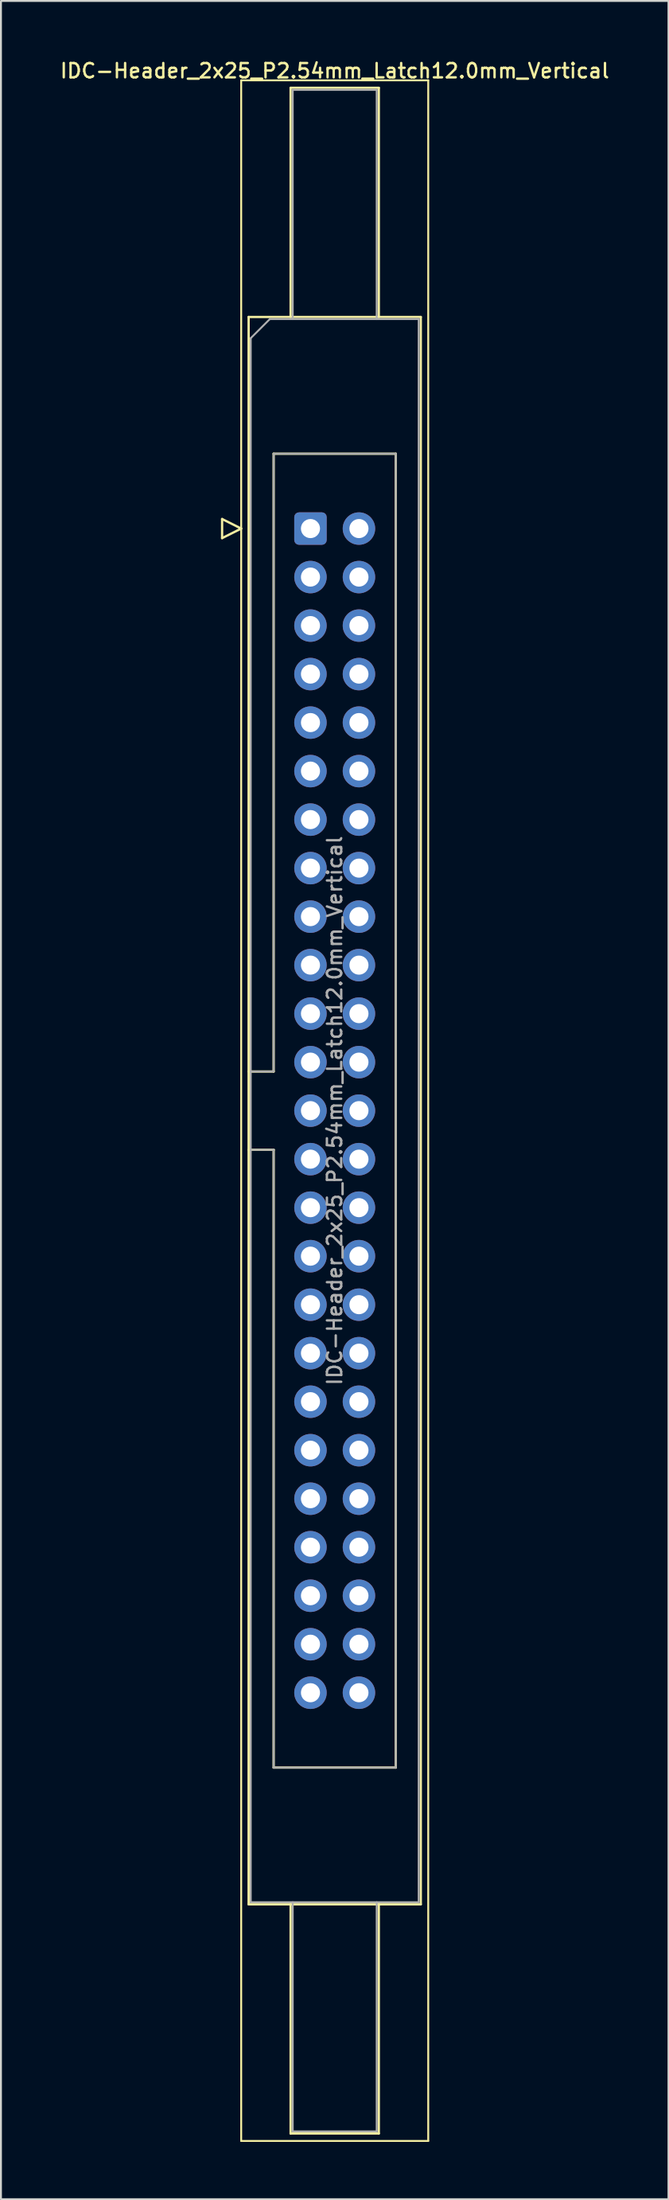
<source format=kicad_pcb>
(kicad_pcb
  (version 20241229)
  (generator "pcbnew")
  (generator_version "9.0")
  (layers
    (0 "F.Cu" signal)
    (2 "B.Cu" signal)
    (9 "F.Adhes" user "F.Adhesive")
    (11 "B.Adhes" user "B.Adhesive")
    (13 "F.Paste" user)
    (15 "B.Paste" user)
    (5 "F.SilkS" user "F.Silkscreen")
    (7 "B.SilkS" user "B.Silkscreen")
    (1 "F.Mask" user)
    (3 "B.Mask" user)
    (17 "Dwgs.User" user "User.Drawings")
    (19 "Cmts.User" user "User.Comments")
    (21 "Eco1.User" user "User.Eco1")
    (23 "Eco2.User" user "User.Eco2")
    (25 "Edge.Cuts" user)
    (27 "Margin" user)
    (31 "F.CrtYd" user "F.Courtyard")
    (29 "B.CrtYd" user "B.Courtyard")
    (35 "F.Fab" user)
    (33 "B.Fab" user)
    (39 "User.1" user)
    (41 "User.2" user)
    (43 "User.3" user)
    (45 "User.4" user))
  (footprint "IDC-Header_2x25_P2.54mm_Latch12.0mm_Vertical"
    (layer "F.Cu")
    (at 13.217 24.628)
    (property "Reference" "IDC-Header_2x25_P2.54mm_Latch12.0mm_Vertical" (at 1.27 -23.97 0) (layer "F.SilkS") (effects (font (size 0.75 0.75) (thickness 0.125))))
    (attr through_hole)
    (fp_line (start -4.63 -0.5) (end -4.63 0.5) (stroke (width 0.12) (type solid)) (layer "F.SilkS"))
    (fp_line (start -4.63 0.5) (end -3.63 0) (stroke (width 0.12) (type solid)) (layer "F.SilkS"))
    (fp_line (start -3.63 -23.47) (end -3.63 84.43) (stroke (width 0.1) (type solid)) (layer "F.SilkS"))
    (fp_line (start -3.63 0) (end -4.63 -0.5) (stroke (width 0.12) (type solid)) (layer "F.SilkS"))
    (fp_line (start -3.63 84.43) (end 6.17 84.43) (stroke (width 0.1) (type solid)) (layer "F.SilkS"))
    (fp_line (start -3.24 -11.08) (end 5.78 -11.08) (stroke (width 0.12) (type solid)) (layer "F.SilkS"))
    (fp_line (start -3.24 28.43) (end -1.93 28.43) (stroke (width 0.12) (type solid)) (layer "F.SilkS"))
    (fp_line (start -3.24 72.04) (end -3.24 -11.08) (stroke (width 0.12) (type solid)) (layer "F.SilkS"))
    (fp_line (start -1.93 -3.92) (end 4.47 -3.92) (stroke (width 0.12) (type solid)) (layer "F.SilkS"))
    (fp_line (start -1.93 28.43) (end -1.93 -3.92) (stroke (width 0.12) (type solid)) (layer "F.SilkS"))
    (fp_line (start -1.93 32.53) (end -3.24 32.53) (stroke (width 0.12) (type solid)) (layer "F.SilkS"))
    (fp_line (start -1.93 32.53) (end -1.93 32.53) (stroke (width 0.12) (type solid)) (layer "F.SilkS"))
    (fp_line (start -1.93 64.88) (end -1.93 32.53) (stroke (width 0.12) (type solid)) (layer "F.SilkS"))
    (fp_line (start -1.04 -23.08) (end 3.58 -23.08) (stroke (width 0.12) (type solid)) (layer "F.SilkS"))
    (fp_line (start -1.04 -11.08) (end -1.04 -23.08) (stroke (width 0.12) (type solid)) (layer "F.SilkS"))
    (fp_line (start -1.04 72.04) (end -1.04 84.04) (stroke (width 0.12) (type solid)) (layer "F.SilkS"))
    (fp_line (start -1.04 84.04) (end 3.58 84.04) (stroke (width 0.12) (type solid)) (layer "F.SilkS"))
    (fp_line (start 3.58 -23.08) (end 3.58 -11.08) (stroke (width 0.12) (type solid)) (layer "F.SilkS"))
    (fp_line (start 3.58 84.04) (end 3.58 72.04) (stroke (width 0.12) (type solid)) (layer "F.SilkS"))
    (fp_line (start 4.47 -3.92) (end 4.47 64.88) (stroke (width 0.12) (type solid)) (layer "F.SilkS"))
    (fp_line (start 4.47 64.88) (end -1.93 64.88) (stroke (width 0.12) (type solid)) (layer "F.SilkS"))
    (fp_line (start 5.78 -11.08) (end 5.78 72.04) (stroke (width 0.12) (type solid)) (layer "F.SilkS"))
    (fp_line (start 5.78 72.04) (end -3.24 72.04) (stroke (width 0.12) (type solid)) (layer "F.SilkS"))
    (fp_line (start 6.17 -23.47) (end -3.63 -23.47) (stroke (width 0.1) (type solid)) (layer "F.SilkS"))
    (fp_line (start 6.17 84.43) (end 6.17 -23.47) (stroke (width 0.1) (type solid)) (layer "F.SilkS"))
    (fp_line (start -3.13 -9.97) (end -2.13 -10.97) (stroke (width 0.1) (type solid)) (layer "F.Fab"))
    (fp_line (start -3.13 28.43) (end -1.93 28.43) (stroke (width 0.1) (type solid)) (layer "F.Fab"))
    (fp_line (start -3.13 71.93) (end -3.13 -9.97) (stroke (width 0.1) (type solid)) (layer "F.Fab"))
    (fp_line (start -2.13 -10.97) (end 5.67 -10.97) (stroke (width 0.1) (type solid)) (layer "F.Fab"))
    (fp_line (start -1.93 -3.92) (end 4.47 -3.92) (stroke (width 0.1) (type solid)) (layer "F.Fab"))
    (fp_line (start -1.93 28.43) (end -1.93 -3.92) (stroke (width 0.1) (type solid)) (layer "F.Fab"))
    (fp_line (start -1.93 32.53) (end -3.13 32.53) (stroke (width 0.1) (type solid)) (layer "F.Fab"))
    (fp_line (start -1.93 32.53) (end -1.93 32.53) (stroke (width 0.1) (type solid)) (layer "F.Fab"))
    (fp_line (start -1.93 64.88) (end -1.93 32.53) (stroke (width 0.1) (type solid)) (layer "F.Fab"))
    (fp_line (start -0.93 -22.97) (end 3.47 -22.97) (stroke (width 0.1) (type solid)) (layer "F.Fab"))
    (fp_line (start -0.93 -10.97) (end -0.93 -22.97) (stroke (width 0.1) (type solid)) (layer "F.Fab"))
    (fp_line (start -0.93 71.93) (end -0.93 83.93) (stroke (width 0.1) (type solid)) (layer "F.Fab"))
    (fp_line (start -0.93 83.93) (end 3.47 83.93) (stroke (width 0.1) (type solid)) (layer "F.Fab"))
    (fp_line (start 3.47 -22.97) (end 3.47 -10.97) (stroke (width 0.1) (type solid)) (layer "F.Fab"))
    (fp_line (start 3.47 83.93) (end 3.47 71.93) (stroke (width 0.1) (type solid)) (layer "F.Fab"))
    (fp_line (start 4.47 -3.92) (end 4.47 64.88) (stroke (width 0.1) (type solid)) (layer "F.Fab"))
    (fp_line (start 4.47 64.88) (end -1.93 64.88) (stroke (width 0.1) (type solid)) (layer "F.Fab"))
    (fp_line (start 5.67 -10.97) (end 5.67 71.93) (stroke (width 0.1) (type solid)) (layer "F.Fab"))
    (fp_line (start 5.67 71.93) (end -3.13 71.93) (stroke (width 0.1) (type solid)) (layer "F.Fab"))
    (fp_text user "${REFERENCE}" (at 1.27 30.48 90) (layer "F.Fab") (effects (font (size 0.75 0.75) (thickness 0.125))))
    (pad "1" thru_hole roundrect (at 0 0) (size 1.7 1.7) (drill 1) (layers "*.Cu" "*.Mask") (roundrect_rratio 0.147))
    (pad "2" thru_hole circle (at 2.54 0) (size 1.7 1.7) (drill 1) (layers "*.Cu" "*.Mask"))
    (pad "3" thru_hole circle (at 0 2.54) (size 1.7 1.7) (drill 1) (layers "*.Cu" "*.Mask"))
    (pad "4" thru_hole circle (at 2.54 2.54) (size 1.7 1.7) (drill 1) (layers "*.Cu" "*.Mask"))
    (pad "5" thru_hole circle (at 0 5.08) (size 1.7 1.7) (drill 1) (layers "*.Cu" "*.Mask"))
    (pad "6" thru_hole circle (at 2.54 5.08) (size 1.7 1.7) (drill 1) (layers "*.Cu" "*.Mask"))
    (pad "7" thru_hole circle (at 0 7.62) (size 1.7 1.7) (drill 1) (layers "*.Cu" "*.Mask"))
    (pad "8" thru_hole circle (at 2.54 7.62) (size 1.7 1.7) (drill 1) (layers "*.Cu" "*.Mask"))
    (pad "9" thru_hole circle (at 0 10.16) (size 1.7 1.7) (drill 1) (layers "*.Cu" "*.Mask"))
    (pad "10" thru_hole circle (at 2.54 10.16) (size 1.7 1.7) (drill 1) (layers "*.Cu" "*.Mask"))
    (pad "11" thru_hole circle (at 0 12.7) (size 1.7 1.7) (drill 1) (layers "*.Cu" "*.Mask"))
    (pad "12" thru_hole circle (at 2.54 12.7) (size 1.7 1.7) (drill 1) (layers "*.Cu" "*.Mask"))
    (pad "13" thru_hole circle (at 0 15.24) (size 1.7 1.7) (drill 1) (layers "*.Cu" "*.Mask"))
    (pad "14" thru_hole circle (at 2.54 15.24) (size 1.7 1.7) (drill 1) (layers "*.Cu" "*.Mask"))
    (pad "15" thru_hole circle (at 0 17.78) (size 1.7 1.7) (drill 1) (layers "*.Cu" "*.Mask"))
    (pad "16" thru_hole circle (at 2.54 17.78) (size 1.7 1.7) (drill 1) (layers "*.Cu" "*.Mask"))
    (pad "17" thru_hole circle (at 0 20.32) (size 1.7 1.7) (drill 1) (layers "*.Cu" "*.Mask"))
    (pad "18" thru_hole circle (at 2.54 20.32) (size 1.7 1.7) (drill 1) (layers "*.Cu" "*.Mask"))
    (pad "19" thru_hole circle (at 0 22.86) (size 1.7 1.7) (drill 1) (layers "*.Cu" "*.Mask"))
    (pad "20" thru_hole circle (at 2.54 22.86) (size 1.7 1.7) (drill 1) (layers "*.Cu" "*.Mask"))
    (pad "21" thru_hole circle (at 0 25.4) (size 1.7 1.7) (drill 1) (layers "*.Cu" "*.Mask"))
    (pad "22" thru_hole circle (at 2.54 25.4) (size 1.7 1.7) (drill 1) (layers "*.Cu" "*.Mask"))
    (pad "23" thru_hole circle (at 0 27.94) (size 1.7 1.7) (drill 1) (layers "*.Cu" "*.Mask"))
    (pad "24" thru_hole circle (at 2.54 27.94) (size 1.7 1.7) (drill 1) (layers "*.Cu" "*.Mask"))
    (pad "25" thru_hole circle (at 0 30.48) (size 1.7 1.7) (drill 1) (layers "*.Cu" "*.Mask"))
    (pad "26" thru_hole circle (at 2.54 30.48) (size 1.7 1.7) (drill 1) (layers "*.Cu" "*.Mask"))
    (pad "27" thru_hole circle (at 0 33.02) (size 1.7 1.7) (drill 1) (layers "*.Cu" "*.Mask"))
    (pad "28" thru_hole circle (at 2.54 33.02) (size 1.7 1.7) (drill 1) (layers "*.Cu" "*.Mask"))
    (pad "29" thru_hole circle (at 0 35.56) (size 1.7 1.7) (drill 1) (layers "*.Cu" "*.Mask"))
    (pad "30" thru_hole circle (at 2.54 35.56) (size 1.7 1.7) (drill 1) (layers "*.Cu" "*.Mask"))
    (pad "31" thru_hole circle (at 0 38.1) (size 1.7 1.7) (drill 1) (layers "*.Cu" "*.Mask"))
    (pad "32" thru_hole circle (at 2.54 38.1) (size 1.7 1.7) (drill 1) (layers "*.Cu" "*.Mask"))
    (pad "33" thru_hole circle (at 0 40.64) (size 1.7 1.7) (drill 1) (layers "*.Cu" "*.Mask"))
    (pad "34" thru_hole circle (at 2.54 40.64) (size 1.7 1.7) (drill 1) (layers "*.Cu" "*.Mask"))
    (pad "35" thru_hole circle (at 0 43.18) (size 1.7 1.7) (drill 1) (layers "*.Cu" "*.Mask"))
    (pad "36" thru_hole circle (at 2.54 43.18) (size 1.7 1.7) (drill 1) (layers "*.Cu" "*.Mask"))
    (pad "37" thru_hole circle (at 0 45.72) (size 1.7 1.7) (drill 1) (layers "*.Cu" "*.Mask"))
    (pad "38" thru_hole circle (at 2.54 45.72) (size 1.7 1.7) (drill 1) (layers "*.Cu" "*.Mask"))
    (pad "39" thru_hole circle (at 0 48.26) (size 1.7 1.7) (drill 1) (layers "*.Cu" "*.Mask"))
    (pad "40" thru_hole circle (at 2.54 48.26) (size 1.7 1.7) (drill 1) (layers "*.Cu" "*.Mask"))
    (pad "41" thru_hole circle (at 0 50.8) (size 1.7 1.7) (drill 1) (layers "*.Cu" "*.Mask"))
    (pad "42" thru_hole circle (at 2.54 50.8) (size 1.7 1.7) (drill 1) (layers "*.Cu" "*.Mask"))
    (pad "43" thru_hole circle (at 0 53.34) (size 1.7 1.7) (drill 1) (layers "*.Cu" "*.Mask"))
    (pad "44" thru_hole circle (at 2.54 53.34) (size 1.7 1.7) (drill 1) (layers "*.Cu" "*.Mask"))
    (pad "45" thru_hole circle (at 0 55.88) (size 1.7 1.7) (drill 1) (layers "*.Cu" "*.Mask"))
    (pad "46" thru_hole circle (at 2.54 55.88) (size 1.7 1.7) (drill 1) (layers "*.Cu" "*.Mask"))
    (pad "47" thru_hole circle (at 0 58.42) (size 1.7 1.7) (drill 1) (layers "*.Cu" "*.Mask"))
    (pad "48" thru_hole circle (at 2.54 58.42) (size 1.7 1.7) (drill 1) (layers "*.Cu" "*.Mask"))
    (pad "49" thru_hole circle (at 0 60.96) (size 1.7 1.7) (drill 1) (layers "*.Cu" "*.Mask"))
    (pad "50" thru_hole circle (at 2.54 60.96) (size 1.7 1.7) (drill 1) (layers "*.Cu" "*.Mask")))
  (gr_rect
    (start -3 -3)
    (end 31.975 112.108)
    (stroke (width 0.1) (type default))
    (fill no)
    (layer "Edge.Cuts")))
</source>
